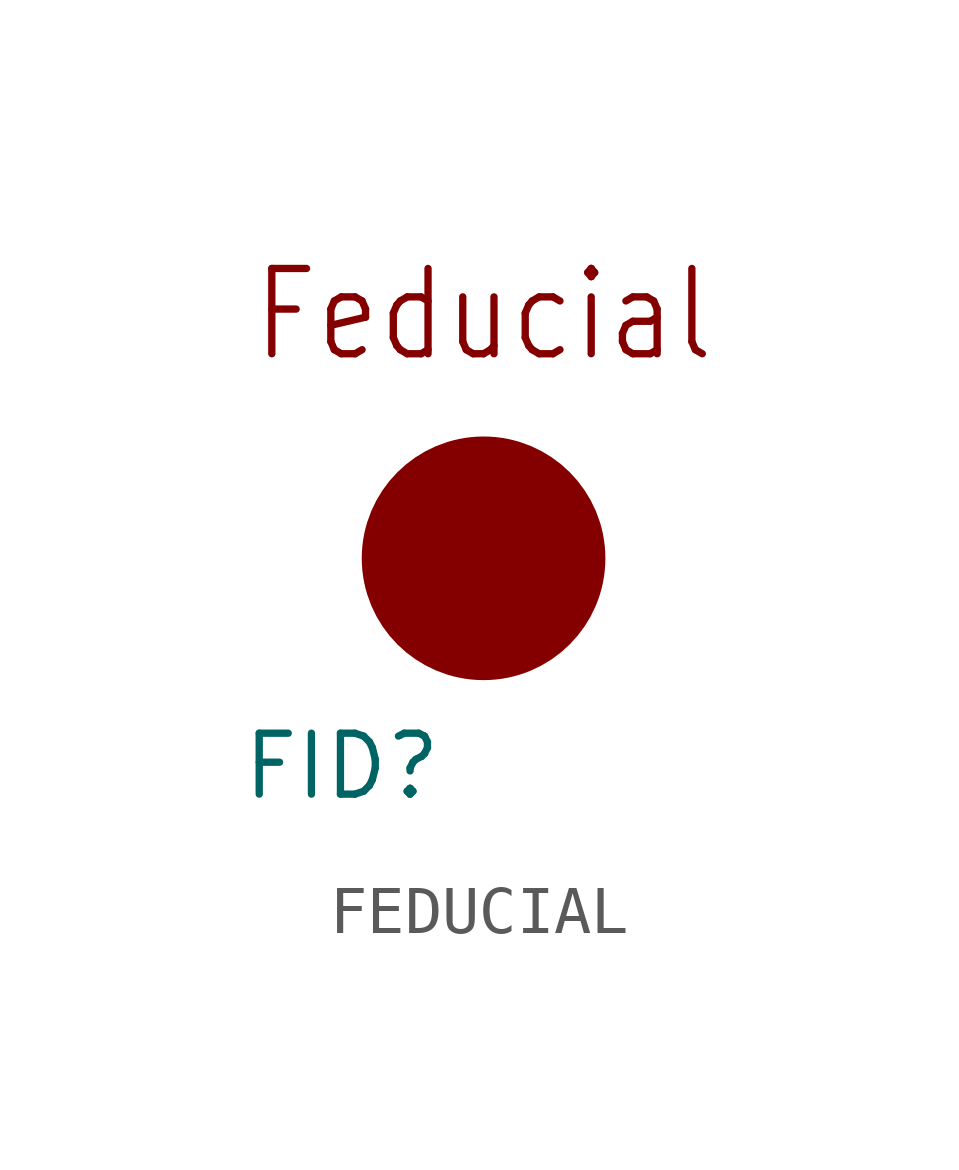
<source format=kicad_sym>
(kicad_symbol_lib
  (version 20211014)
  (generator kicad_symbol_editor)
  (symbol "FEDUCIAL"
    (property "Reference" "FID"
      (at -5.08 -5.08 0)
      (effects (font (size 1.27 1.27)) (justify left bottom)))
    (property "Datasheet" ""
      (at 0 0 0))
    (property "ki_description" " Feducial Marker "
      (at 0 0 0))
    (property "ki_fp_filters" "FlashPCB_Misc:FEDUCIAL-50MIL"
      (at 0 0 0))
    (symbol "FEDUCIAL_1_1"
      (text "Feducial" (at 0 5.08 0) (effects (font (size 1.778 1.52))))
      (circle (center 0 0) (radius 1.27) (stroke (width 2.54) (type default)) (fill (type none))))))
</source>
